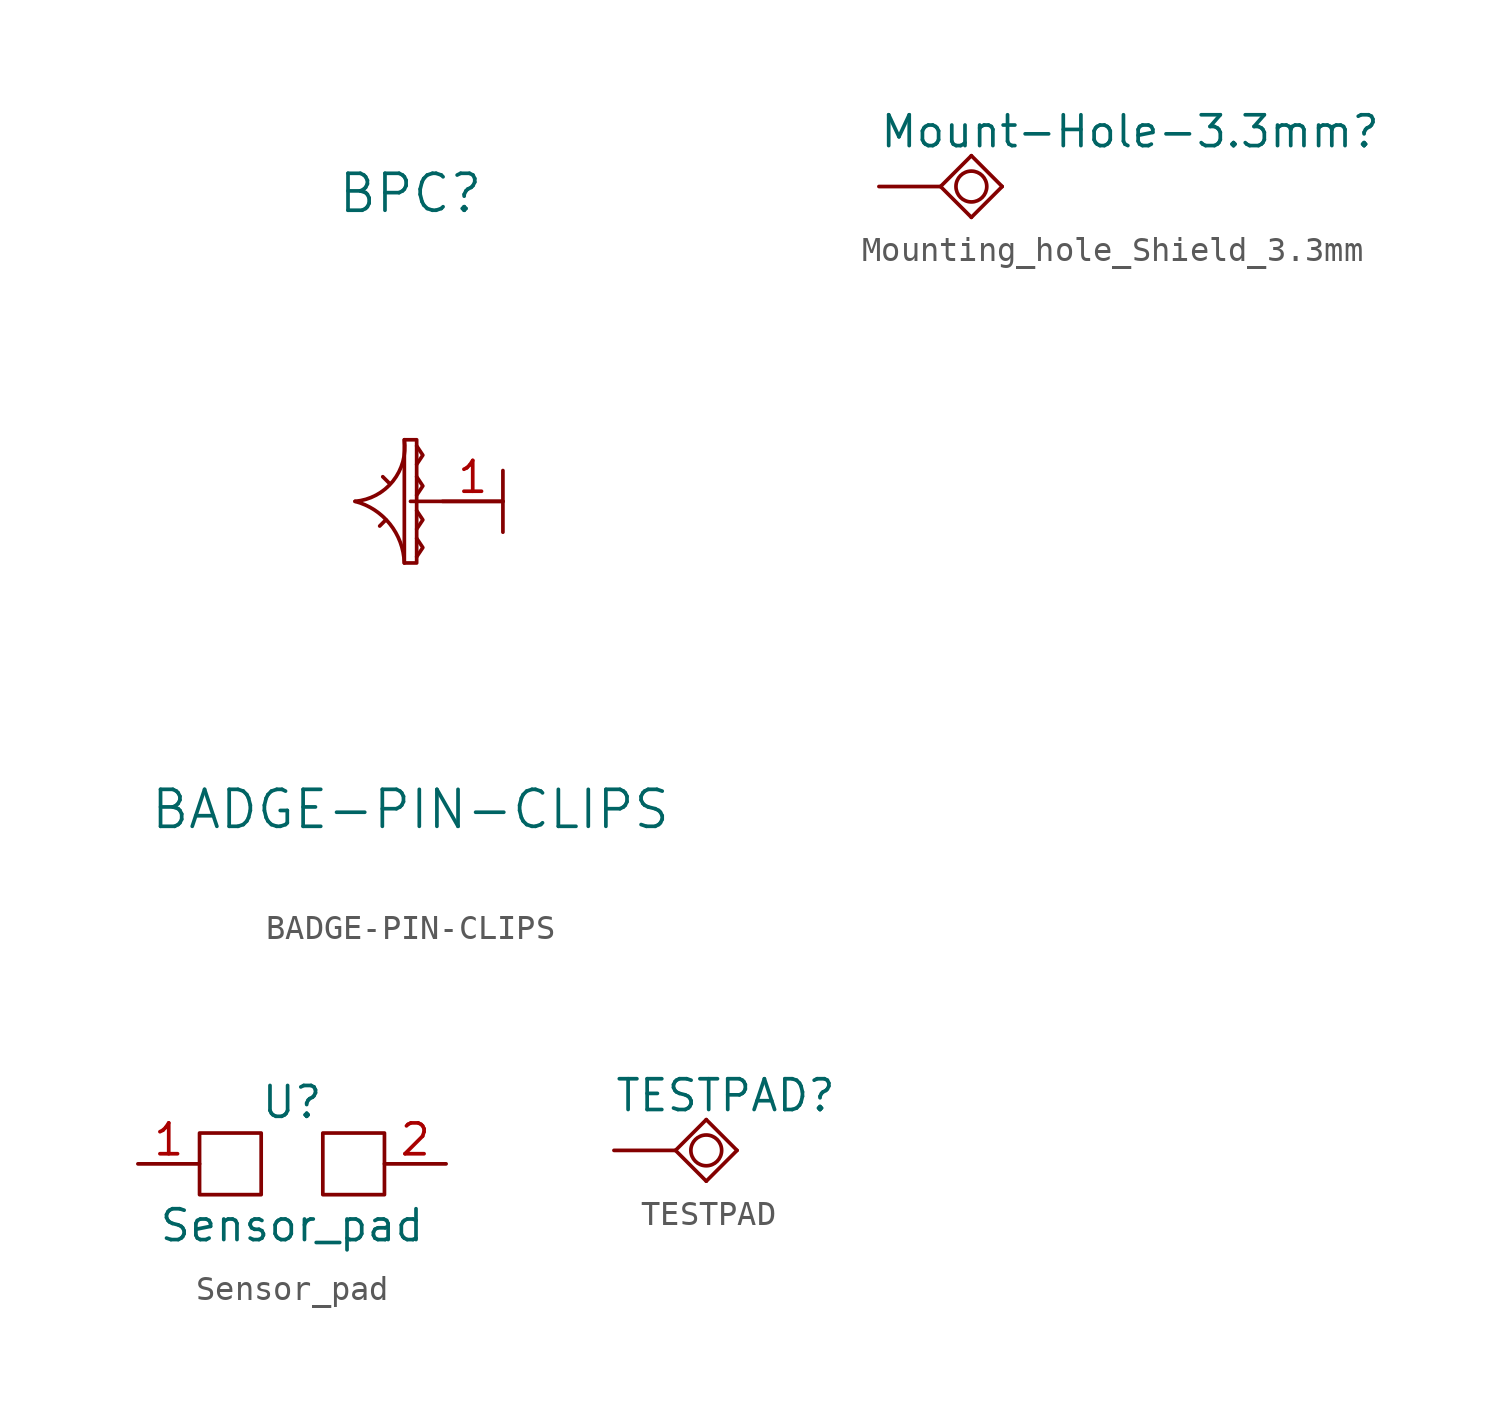
<source format=kicad_sym>
(kicad_symbol_lib
  (version 20211014)
  (generator kicad_symbol_editor)
  (symbol "BADGE-PIN-CLIPS"
    (pin_names
      (offset 1.016))
    (property "Reference" "BPC"
      (at 0 12.7 0)
      (effects (font (size 1.524 1.524))))
    (property "Value" "BADGE-PIN-CLIPS"
      (at 0 -12.7 0)
      (effects (font (size 1.524 1.524))))
    (symbol "BADGE-PIN-CLIPS_0_1"
      (arc (start -2.286 0) (mid -0.722 0.8362) (end -0.254 2.54) (stroke (width 0) (type default) (color 0 0 0 0)) (fill (type none)))
      (arc (start -0.254 -2.54) (mid -0.8497 -0.9318) (end -2.286 0) (stroke (width 0) (type default) (color 0 0 0 0)) (fill (type none)))
      (rectangle (start -0.254 2.54) (end 0.254 -2.54) (stroke (width 0) (type default) (color 0 0 0 0)) (fill (type none)))
      (polyline (pts (xy -1.016 -0.762) (xy -1.27 -1.016)) (stroke (width 0) (type default) (color 0 0 0 0)) (fill (type none)))
      (polyline (pts (xy -0.889 0.762) (xy -1.143 1.016)) (stroke (width 0) (type default) (color 0 0 0 0)) (fill (type none)))
      (polyline (pts (xy 0 0) (xy 3.81 0)) (stroke (width 0) (type default) (color 0 0 0 0)) (fill (type none)))
      (polyline (pts (xy 3.81 1.27) (xy 3.81 -1.27)) (stroke (width 0) (type default) (color 0 0 0 0)) (fill (type none)))
      (polyline (pts (xy 0.254 -1.524) (xy 0.508 -1.905) (xy 0.254 -2.286)) (stroke (width 0) (type default) (color 0 0 0 0)) (fill (type none)))
      (polyline (pts (xy 0.254 -0.381) (xy 0.508 -0.762) (xy 0.254 -1.143)) (stroke (width 0) (type default) (color 0 0 0 0)) (fill (type none)))
      (polyline (pts (xy 0.254 1.016) (xy 0.508 0.635) (xy 0.254 0.254)) (stroke (width 0) (type default) (color 0 0 0 0)) (fill (type none)))
      (polyline (pts (xy 0.254 2.286) (xy 0.508 1.905) (xy 0.254 1.524)) (stroke (width 0) (type default) (color 0 0 0 0)) (fill (type none))))
    (symbol "BADGE-PIN-CLIPS_1_1"
      (pin power_in line (at 3.81 0 180) (length 2.489) (name "~" (effects (font (size 1.27 1.27)))) (number "1" (effects (font (size 1.27 1.27)))))))
  (symbol "Mounting_hole_Shield_3.3mm"
    (pin_numbers hide)
    (pin_names
      (offset 0) hide)
    (property "Reference" "Mount-Hole-3.3mm"
      (at -2.54 1.524 0)
      (effects (font (size 1.27 1.27)) (justify left bottom)))
    (property "Datasheet" ""
      (at 0 0 90)
      (effects (font (size 1.524 1.524))))
    (symbol "Mounting_hole_Shield_3.3mm_1_0"
      (polyline (pts (xy 0 0) (xy 1.27 -1.27)) (stroke (width 0) (type default) (color 0 0 0 0)) (fill (type none)))
      (polyline (pts (xy 1.27 -1.27) (xy 2.54 0)) (stroke (width 0) (type default) (color 0 0 0 0)) (fill (type none)))
      (polyline (pts (xy 1.27 1.27) (xy 0 0)) (stroke (width 0) (type default) (color 0 0 0 0)) (fill (type none)))
      (polyline (pts (xy 2.54 0) (xy 1.27 1.27)) (stroke (width 0) (type default) (color 0 0 0 0)) (fill (type none))))
    (symbol "Mounting_hole_Shield_3.3mm_1_1"
      (circle (center 1.27 0) (radius 0.635) (stroke (width 0) (type default) (color 0 0 0 0)) (fill (type none)))
      (pin passive line (at -2.54 0 0) (length 2.54) (name "GND1" (effects (font (size 1.016 1.016)))) (number "GND1" (effects (font (size 1.016 1.016)))))))
  (symbol "Sensor_pad"
    (pin_names
      (offset 1.016))
    (property "Reference" "U"
      (at 0 2.54 0)
      (effects (font (size 1.27 1.27))))
    (property "Value" "Sensor_pad"
      (at 0 -2.54 0)
      (effects (font (size 1.27 1.27))))
    (symbol "Sensor_pad_0_1"
      (rectangle (start -3.81 1.27) (end -1.27 -1.27) (stroke (width 0) (type default) (color 0 0 0 0)) (fill (type none))))
    (symbol "Sensor_pad_1_1"
      (rectangle (start 1.27 1.27) (end 3.81 -1.27) (stroke (width 0) (type default) (color 0 0 0 0)) (fill (type none)))
      (pin passive line (at -6.35 0 0) (length 2.54) (name "~" (effects (font (size 1.27 1.27)))) (number "1" (effects (font (size 1.27 1.27)))))
      (pin passive line (at 6.35 0 180) (length 2.54) (name "~" (effects (font (size 1.27 1.27)))) (number "2" (effects (font (size 1.27 1.27)))))))
  (symbol "TESTPAD"
    (pin_numbers hide)
    (pin_names
      (offset 0) hide)
    (property "Reference" "TESTPAD"
      (at -2.54 1.524 0)
      (effects (font (size 1.27 1.27)) (justify left bottom)))
    (property "Datasheet" ""
      (at 0 0 90)
      (effects (font (size 1.524 1.524))))
    (symbol "TESTPAD_1_0"
      (polyline (pts (xy 0 0) (xy 1.27 -1.27)) (stroke (width 0) (type default) (color 0 0 0 0)) (fill (type none)))
      (polyline (pts (xy 1.27 -1.27) (xy 2.54 0)) (stroke (width 0) (type default) (color 0 0 0 0)) (fill (type none)))
      (polyline (pts (xy 1.27 1.27) (xy 0 0)) (stroke (width 0) (type default) (color 0 0 0 0)) (fill (type none)))
      (polyline (pts (xy 2.54 0) (xy 1.27 1.27)) (stroke (width 0) (type default) (color 0 0 0 0)) (fill (type none))))
    (symbol "TESTPAD_1_1"
      (circle (center 1.27 0) (radius 0.635) (stroke (width 0) (type default) (color 0 0 0 0)) (fill (type none)))
      (pin passive line (at -2.54 0 0) (length 2.54) (name "Pad" (effects (font (size 1.016 1.016)))) (number "1" (effects (font (size 1.016 1.016))))))))
</source>
